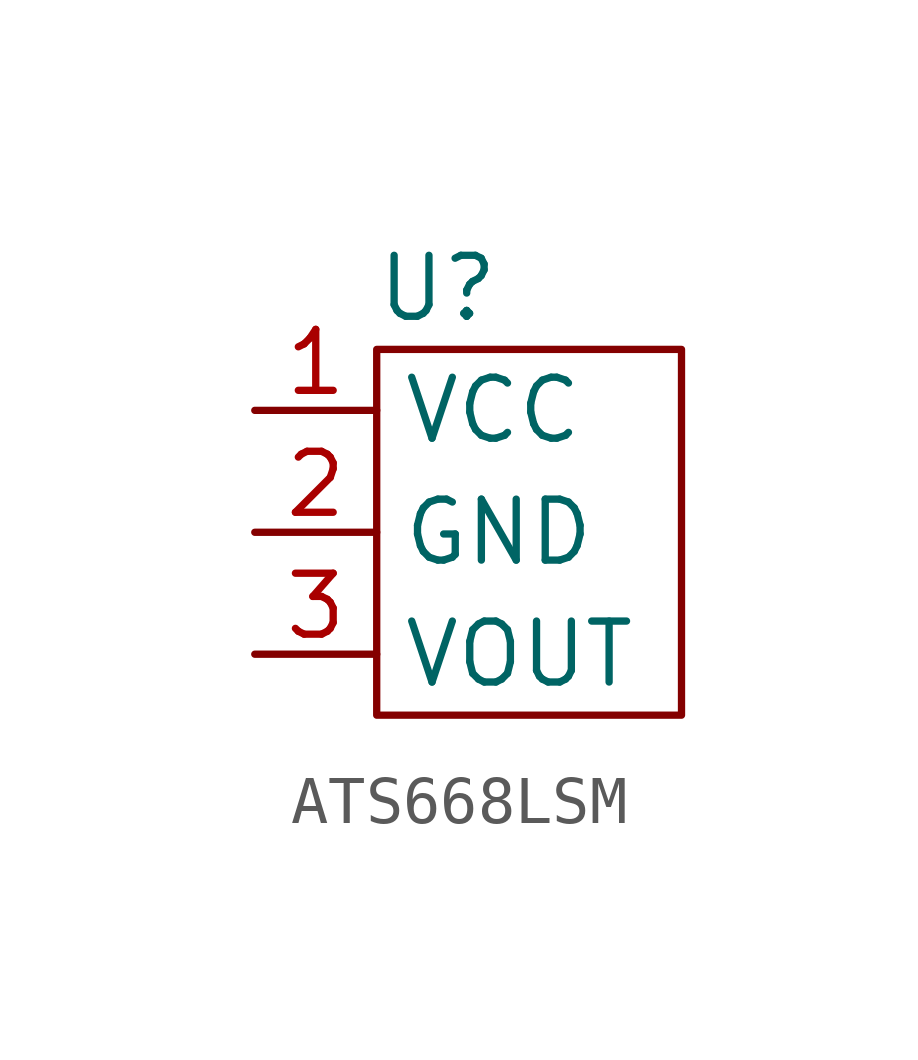
<source format=kicad_sym>
(kicad_symbol_lib
  (version 20220914)
  (generator kicad_symbol_editor)
  (symbol "ATS668LSM"
    (property "Reference" "U"
      (at -1.27 5.08 0)
      (effects (font (size 1.27 1.27))))
    (property "Value" ""
      (at 0 0 0)
      (effects (font (size 1.27 1.27))))
    (symbol "ATS668LSM_0_1"
      (rectangle (start -2.54 3.81) (end 3.81 -3.81) (stroke (width 0) (type default)) (fill (type none))))
    (symbol "ATS668LSM_1_1"
      (pin input line (at -5.08 2.54 0) (length 2.54) (name "VCC" (effects (font (size 1.27 1.27)))) (number "1" (effects (font (size 1.27 1.27)))))
      (pin input line (at -5.08 0 0) (length 2.54) (name "GND" (effects (font (size 1.27 1.27)))) (number "2" (effects (font (size 1.27 1.27)))))
      (pin input line (at -5.08 -2.54 0) (length 2.54) (name "VOUT" (effects (font (size 1.27 1.27)))) (number "3" (effects (font (size 1.27 1.27))))))))
</source>
